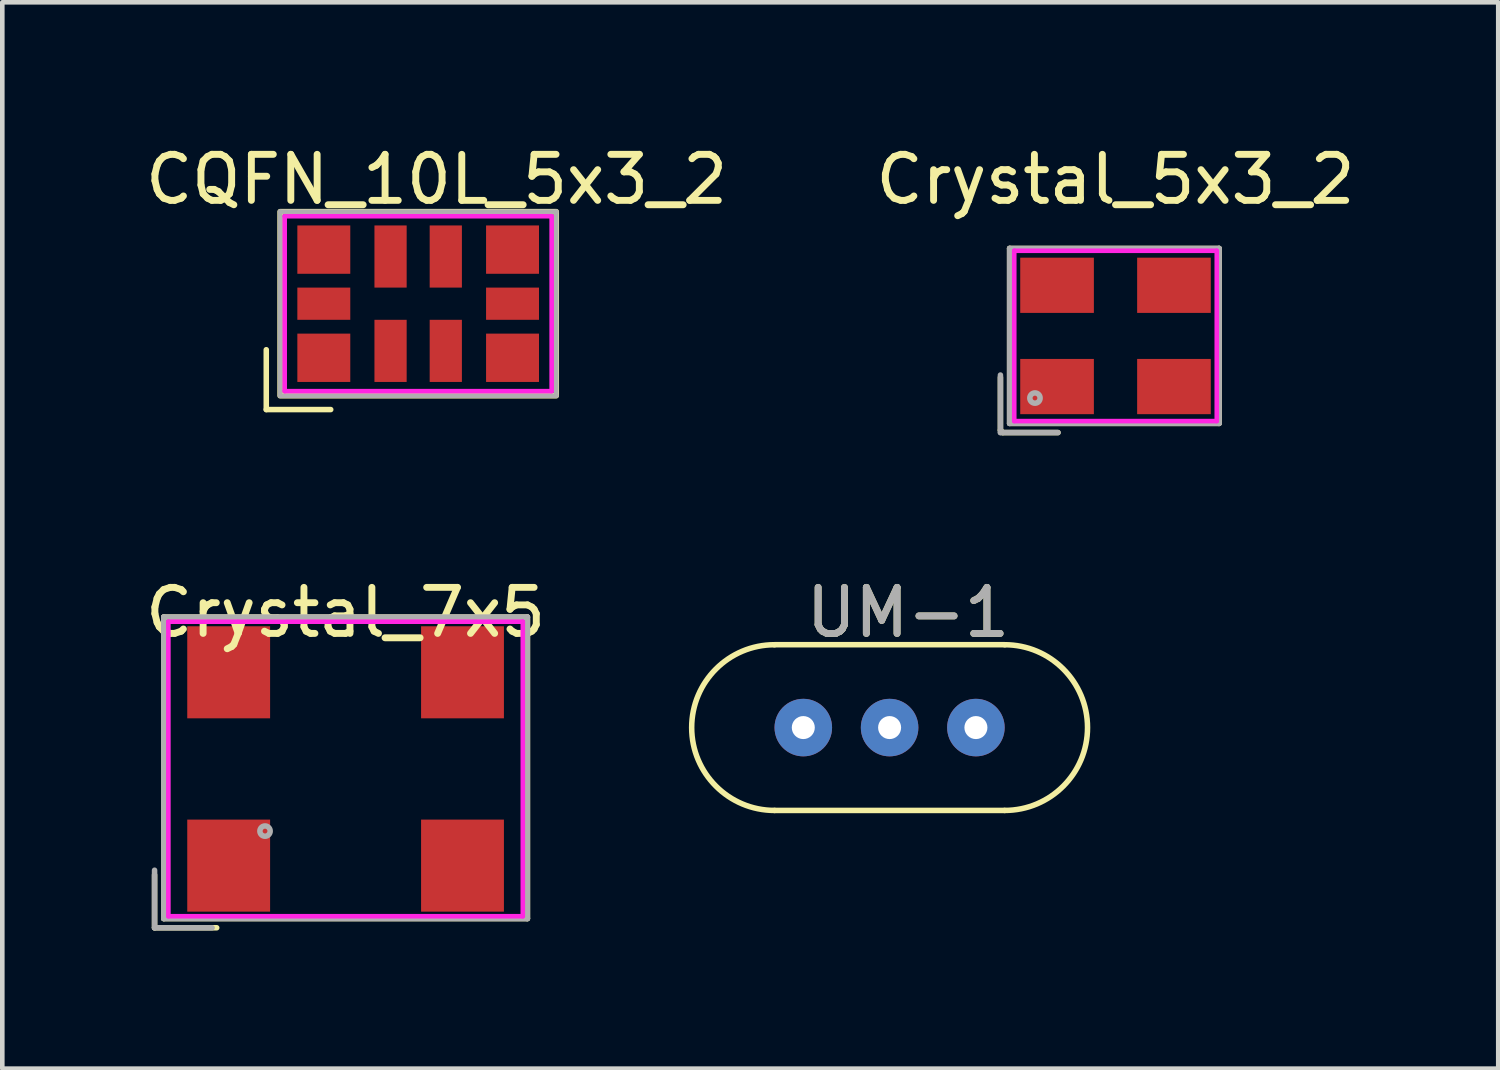
<source format=kicad_pcb>
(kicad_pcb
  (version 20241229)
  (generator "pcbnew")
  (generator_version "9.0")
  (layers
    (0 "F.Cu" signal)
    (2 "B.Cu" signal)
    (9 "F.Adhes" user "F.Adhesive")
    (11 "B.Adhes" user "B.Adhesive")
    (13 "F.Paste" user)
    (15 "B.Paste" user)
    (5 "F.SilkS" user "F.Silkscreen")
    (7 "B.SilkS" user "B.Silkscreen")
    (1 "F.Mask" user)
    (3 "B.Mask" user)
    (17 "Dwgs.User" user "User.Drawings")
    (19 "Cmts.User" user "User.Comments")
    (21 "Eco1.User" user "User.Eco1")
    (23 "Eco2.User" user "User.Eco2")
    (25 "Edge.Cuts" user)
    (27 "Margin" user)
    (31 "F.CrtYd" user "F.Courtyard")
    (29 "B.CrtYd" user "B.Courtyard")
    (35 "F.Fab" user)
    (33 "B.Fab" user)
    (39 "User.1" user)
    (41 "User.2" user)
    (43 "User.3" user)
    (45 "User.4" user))
  (footprint "Crystal_5x3_2"
    (layer "F.Cu")
    (at 21.185 4.248)
    (property "Reference" "Crystal_5x3_2" (at 0 -3.4 0) (layer "F.SilkS") (effects (font (size 1 1) (thickness 0.15))))
    (attr through_hole)
    (fp_line (start -2.5 0.9) (end -2.5 2.05) (stroke (width 0.12) (type solid)) (layer "F.SilkS"))
    (fp_line (start -2.5 2.05) (end -2.45 2.1) (stroke (width 0.12) (type solid)) (layer "F.SilkS"))
    (fp_line (start -2.45 2.1) (end -1.25 2.1) (stroke (width 0.12) (type solid)) (layer "F.SilkS"))
    (fp_line (start -2.3 -1.9) (end -2.3 1.9) (stroke (width 0.12) (type solid)) (layer "F.SilkS"))
    (fp_line (start -2.3 1.9) (end 2.25 1.9) (stroke (width 0.12) (type solid)) (layer "F.SilkS"))
    (fp_line (start 2.25 -1.9) (end -2.3 -1.9) (stroke (width 0.12) (type solid)) (layer "F.SilkS"))
    (fp_line (start 2.25 1.9) (end 2.25 -1.9) (stroke (width 0.12) (type solid)) (layer "F.SilkS"))
    (fp_line (start -2.2 -1.85) (end 2.2 -1.85) (stroke (width 0.1) (type solid)) (layer "F.CrtYd"))
    (fp_line (start -2.2 1.85) (end -2.2 -1.85) (stroke (width 0.1) (type solid)) (layer "F.CrtYd"))
    (fp_line (start 2.2 -1.85) (end 2.2 1.85) (stroke (width 0.1) (type solid)) (layer "F.CrtYd"))
    (fp_line (start 2.2 1.85) (end -2.2 1.85) (stroke (width 0.1) (type solid)) (layer "F.CrtYd"))
    (fp_line (start -2.5 0.85) (end -2.5 2.1) (stroke (width 0.12) (type solid)) (layer "F.Fab"))
    (fp_line (start -2.5 2.1) (end -1.25 2.1) (stroke (width 0.12) (type solid)) (layer "F.Fab"))
    (fp_line (start -2.3 -1.9) (end 2.25 -1.9) (stroke (width 0.12) (type solid)) (layer "F.Fab"))
    (fp_line (start -2.3 1.9) (end -2.3 -1.9) (stroke (width 0.12) (type solid)) (layer "F.Fab"))
    (fp_line (start 2.25 -1.9) (end 2.25 1.9) (stroke (width 0.12) (type solid)) (layer "F.Fab"))
    (fp_line (start 2.25 1.9) (end -2.3 1.9) (stroke (width 0.12) (type solid)) (layer "F.Fab"))
    (fp_circle (center -1.75 1.35) (end -1.7 1.25) (stroke (width 0.12) (type solid)) (fill no) (layer "F.Fab"))
    (pad "1" smd rect (at -1.27 1.1) (size 1.6 1.2) (layers "F.Cu" "F.Mask" "F.Paste"))
    (pad "2" smd rect (at 1.27 1.1) (size 1.6 1.2) (layers "F.Cu" "F.Mask" "F.Paste"))
    (pad "3" smd rect (at 1.27 -1.1) (size 1.6 1.2) (layers "F.Cu" "F.Mask" "F.Paste"))
    (pad "4" smd rect (at -1.27 -1.1) (size 1.6 1.2) (layers "F.Cu" "F.Mask" "F.Paste")))
  (footprint "UM-1"
    (layer "F.Cu")
    (at 16.277 12.757)
    (property "Reference" "UM-1" (at 0.4 -2.5 0) (unlocked yes) (layer "F.SilkS") (effects (font (size 1 1) (thickness 0.15))))
    (attr through_hole)
    (fp_line (start -2.5 -1.8) (end 2.5 -1.8) (stroke (width 0.12) (type solid)) (layer "F.SilkS"))
    (fp_line (start -2.5 1.8) (end 2.5 1.8) (stroke (width 0.12) (type solid)) (layer "F.SilkS"))
    (fp_arc (start -2.5 1.8) (mid -4.3 0) (end -2.5 -1.8) (stroke (width 0.12) (type solid)) (layer "F.SilkS"))
    (fp_arc (start 2.5 -1.8) (mid 4.3 0) (end 2.5 1.8) (stroke (width 0.12) (type solid)) (layer "F.SilkS"))
    (fp_text user "${REFERENCE}" (at 0.4 -2.5 0) (unlocked yes) (layer "F.Fab") (effects (font (size 1 1) (thickness 0.15))))
    (pad "1" thru_hole circle (at -1.875 0) (size 1.25 1.25) (drill 0.5) (layers "*.Cu" "*.Mask"))
    (pad "2" thru_hole circle (at 0 0) (size 1.25 1.25) (drill 0.5) (layers "*.Cu" "*.Mask"))
    (pad "3" thru_hole circle (at 1.875 0) (size 1.25 1.25) (drill 0.5) (layers "*.Cu" "*.Mask")))
  (footprint "Crystal_7x5"
    (layer "F.Cu")
    (at 4.458 13.656)
    (property "Reference" "Crystal_7x5" (at 0 -3.4 0) (layer "F.SilkS") (effects (font (size 1 1) (thickness 0.15))))
    (attr through_hole)
    (fp_line (start -4.15 2.3) (end -4.15 3.45) (stroke (width 0.12) (type solid)) (layer "F.SilkS"))
    (fp_line (start -4.15 3.45) (end -2.8 3.45) (stroke (width 0.12) (type solid)) (layer "F.SilkS"))
    (fp_line (start -3.95 -3.3) (end -3.95 3.25) (stroke (width 0.12) (type solid)) (layer "F.SilkS"))
    (fp_line (start -3.95 3.25) (end 3.95 3.25) (stroke (width 0.12) (type solid)) (layer "F.SilkS"))
    (fp_line (start 3.95 -3.3) (end -3.95 -3.3) (stroke (width 0.12) (type solid)) (layer "F.SilkS"))
    (fp_line (start 3.95 3.25) (end 3.95 -3.3) (stroke (width 0.12) (type solid)) (layer "F.SilkS"))
    (fp_line (start -3.85 -3.2) (end 3.85 -3.2) (stroke (width 0.1) (type solid)) (layer "F.CrtYd"))
    (fp_line (start -3.85 3.2) (end -3.85 -3.2) (stroke (width 0.1) (type solid)) (layer "F.CrtYd"))
    (fp_line (start 3.85 -3.2) (end 3.85 3.2) (stroke (width 0.1) (type solid)) (layer "F.CrtYd"))
    (fp_line (start 3.85 3.2) (end -3.85 3.2) (stroke (width 0.1) (type solid)) (layer "F.CrtYd"))
    (fp_line (start -4.15 2.2) (end -4.15 3.45) (stroke (width 0.12) (type solid)) (layer "F.Fab"))
    (fp_line (start -4.15 3.45) (end -2.9 3.45) (stroke (width 0.12) (type solid)) (layer "F.Fab"))
    (fp_line (start -3.95 -3.3) (end 3.95 -3.3) (stroke (width 0.12) (type solid)) (layer "F.Fab"))
    (fp_line (start -3.95 3.25) (end -3.95 -3.3) (stroke (width 0.12) (type solid)) (layer "F.Fab"))
    (fp_line (start 3.95 -3.3) (end 3.95 3.25) (stroke (width 0.12) (type solid)) (layer "F.Fab"))
    (fp_line (start 3.95 3.25) (end -3.95 3.25) (stroke (width 0.12) (type solid)) (layer "F.Fab"))
    (fp_circle (center -1.75 1.35) (end -1.7 1.25) (stroke (width 0.12) (type solid)) (fill no) (layer "F.Fab"))
    (pad "1" smd rect (at -2.54 2.1) (size 1.8 2) (layers "F.Cu" "F.Mask" "F.Paste"))
    (pad "2" smd rect (at 2.54 2.1) (size 1.8 2) (layers "F.Cu" "F.Mask" "F.Paste"))
    (pad "3" smd rect (at 2.54 -2.1) (size 1.8 2) (layers "F.Cu" "F.Mask" "F.Paste"))
    (pad "4" smd rect (at -2.54 -2.1) (size 1.8 2) (layers "F.Cu" "F.Mask" "F.Paste")))
  (footprint "CQFN_10L_5x3_2"
    (layer "F.Cu")
    (at 6.035 3.548)
    (property "Reference" "CQFN_10L_5x3_2" (at 0.4 -2.7 0) (unlocked yes) (layer "F.SilkS") (effects (font (size 1 1) (thickness 0.15))))
    (attr smd)
    (fp_line (start -3.3 1) (end -3.3 2.3) (stroke (width 0.12) (type default)) (layer "F.SilkS"))
    (fp_line (start -3.3 2.3) (end -1.9 2.3) (stroke (width 0.12) (type default)) (layer "F.SilkS"))
    (fp_rect (start -3 -2) (end 3 2) (stroke (width 0.12) (type default)) (fill no) (layer "F.SilkS"))
    (fp_line (start -2.9 -1.9) (end 2.9 -1.9) (stroke (width 0.1) (type default)) (layer "F.CrtYd"))
    (fp_line (start -2.9 1.9) (end -2.9 -1.9) (stroke (width 0.1) (type default)) (layer "F.CrtYd"))
    (fp_line (start 2.9 -1.9) (end 2.9 1.9) (stroke (width 0.1) (type default)) (layer "F.CrtYd"))
    (fp_line (start 2.9 1.9) (end -2.9 1.9) (stroke (width 0.1) (type default)) (layer "F.CrtYd"))
    (fp_line (start -3 -2) (end 3 -2) (stroke (width 0.1) (type default)) (layer "F.Fab"))
    (fp_line (start -3 2) (end -3 -2) (stroke (width 0.1) (type default)) (layer "F.Fab"))
    (fp_line (start 3 -2) (end 3 2) (stroke (width 0.1) (type default)) (layer "F.Fab"))
    (fp_line (start 3 2) (end -3 2) (stroke (width 0.1) (type default)) (layer "F.Fab"))
    (pad "1" smd rect (at -2.05 1.175) (size 1.15 1.05) (layers "F.Cu" "F.Mask" "F.Paste"))
    (pad "2" smd rect (at -0.6 1.025) (size 0.7 1.35) (layers "F.Cu" "F.Mask" "F.Paste"))
    (pad "3" smd rect (at 0.6 1.025) (size 0.7 1.35) (layers "F.Cu" "F.Mask" "F.Paste"))
    (pad "4" smd rect (at 2.05 1.175) (size 1.15 1.05) (layers "F.Cu" "F.Mask" "F.Paste"))
    (pad "5" smd rect (at 2.05 0) (size 1.15 0.7) (layers "F.Cu" "F.Mask" "F.Paste"))
    (pad "6" smd rect (at 2.05 -1.175) (size 1.15 1.05) (layers "F.Cu" "F.Mask" "F.Paste"))
    (pad "7" smd rect (at 0.6 -1.025) (size 0.7 1.35) (layers "F.Cu" "F.Mask" "F.Paste"))
    (pad "8" smd rect (at -0.6 -1.025) (size 0.7 1.35) (layers "F.Cu" "F.Mask" "F.Paste"))
    (pad "9" smd rect (at -2.05 -1.175) (size 1.15 1.05) (layers "F.Cu" "F.Mask" "F.Paste"))
    (pad "10" smd rect (at -2.05 0) (size 1.15 0.7) (layers "F.Cu" "F.Mask" "F.Paste")))
  (gr_rect
    (start -3 -3)
    (end 29.5 20.166)
    (stroke (width 0.1) (type default))
    (fill no)
    (layer "Edge.Cuts")))
</source>
